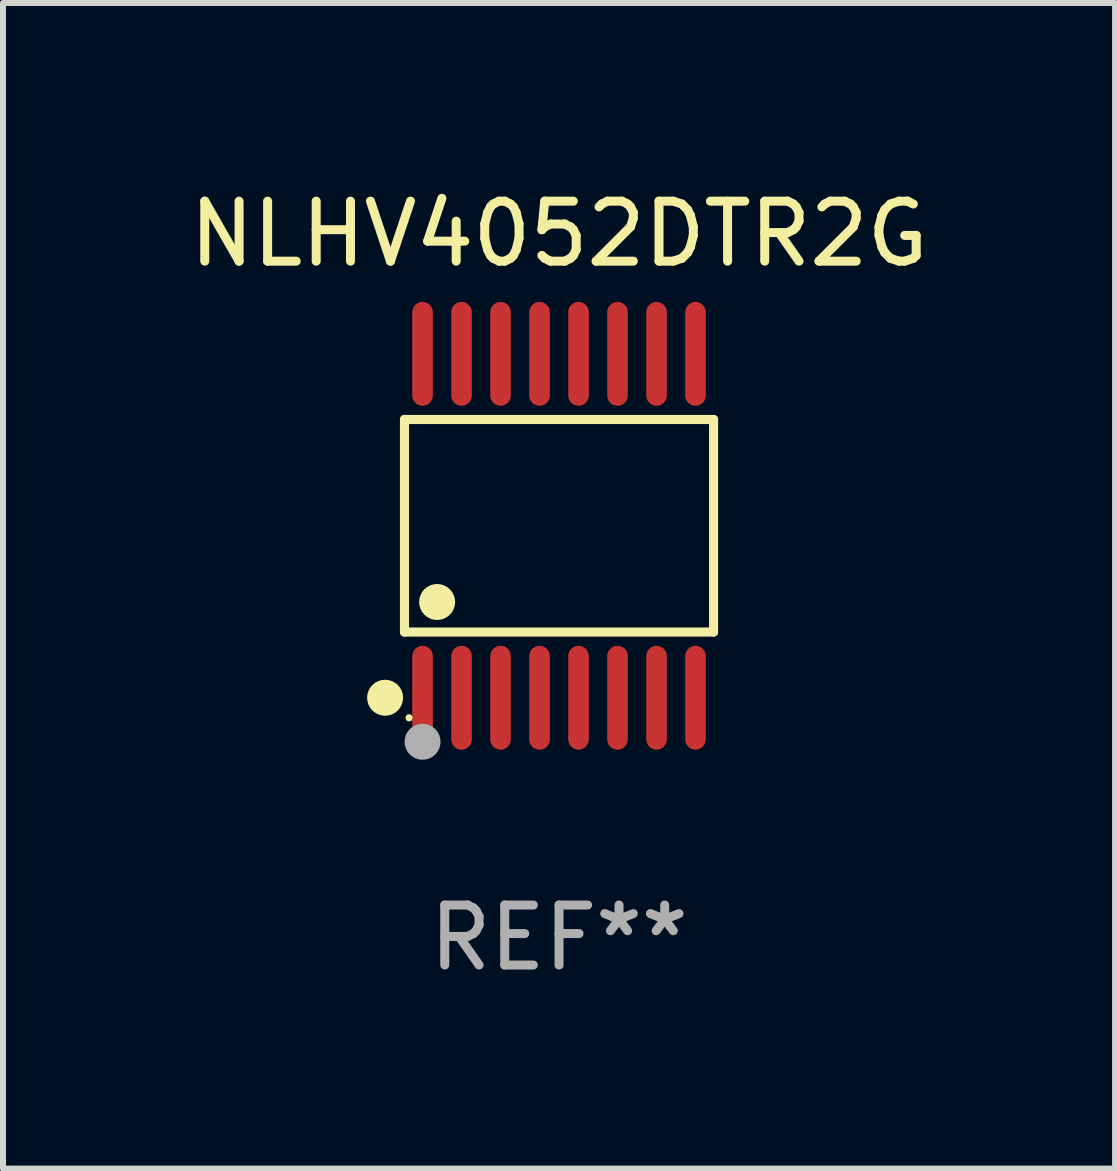
<source format=kicad_pcb>
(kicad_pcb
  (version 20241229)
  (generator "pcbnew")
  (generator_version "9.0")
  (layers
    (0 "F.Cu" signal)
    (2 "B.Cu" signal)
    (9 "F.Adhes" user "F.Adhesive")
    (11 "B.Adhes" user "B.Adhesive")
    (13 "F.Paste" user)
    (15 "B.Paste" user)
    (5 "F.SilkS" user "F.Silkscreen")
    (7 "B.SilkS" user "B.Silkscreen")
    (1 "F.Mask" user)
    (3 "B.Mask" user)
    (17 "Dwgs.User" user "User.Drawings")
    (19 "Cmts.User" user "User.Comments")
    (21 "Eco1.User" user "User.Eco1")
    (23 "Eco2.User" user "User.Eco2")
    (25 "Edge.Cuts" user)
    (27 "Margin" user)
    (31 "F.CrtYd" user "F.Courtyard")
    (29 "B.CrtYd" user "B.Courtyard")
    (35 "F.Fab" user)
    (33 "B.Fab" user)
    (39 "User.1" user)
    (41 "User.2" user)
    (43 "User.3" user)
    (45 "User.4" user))
  (footprint "NLHV4052DTR2G"
    (layer "F.Cu")
    (at 6.268 5.714)
    (property "Reference" "NLHV4052DTR2G" (at 0 -4.866 0) (layer "F.SilkS") (effects (font (size 1 1) (thickness 0.15))))
    (attr through_hole)
    (fp_line (start -2.576 -1.772) (end 2.576 -1.772) (stroke (width 0.152) (type solid)) (layer "F.SilkS"))
    (fp_line (start -2.576 1.771) (end -2.576 -1.772) (stroke (width 0.152) (type solid)) (layer "F.SilkS"))
    (fp_line (start 2.576 -1.772) (end 2.576 1.771) (stroke (width 0.152) (type solid)) (layer "F.SilkS"))
    (fp_line (start 2.576 1.771) (end -2.576 1.771) (stroke (width 0.152) (type solid)) (layer "F.SilkS"))
    (fp_circle (center -2.899 2.866) (end -2.749 2.866) (stroke (width 0.3) (type solid)) (fill no) (layer "F.SilkS"))
    (fp_circle (center -2.5 3.2) (end -2.47 3.2) (stroke (width 0.06) (type solid)) (fill no) (layer "F.SilkS"))
    (fp_circle (center -2.032 1.27) (end -1.882 1.27) (stroke (width 0.3) (type solid)) (fill no) (layer "F.SilkS"))
    (fp_circle (center -2.275 3.6) (end -2.125 3.6) (stroke (width 0.3) (type solid)) (fill no) (layer "F.Fab"))
    (fp_text user "REF**" (at 0 6.866 0) (layer "F.Fab") (effects (font (size 1 1) (thickness 0.15))))
    (pad "1" smd oval (at -2.275 2.866) (size 0.343 1.731) (layers "F.Cu" "F.Mask" "F.Paste"))
    (pad "2" smd oval (at -1.625 2.866) (size 0.343 1.731) (layers "F.Cu" "F.Mask" "F.Paste"))
    (pad "3" smd oval (at -0.975 2.866) (size 0.343 1.731) (layers "F.Cu" "F.Mask" "F.Paste"))
    (pad "4" smd oval (at -0.325 2.866) (size 0.343 1.731) (layers "F.Cu" "F.Mask" "F.Paste"))
    (pad "5" smd oval (at 0.325 2.866) (size 0.343 1.731) (layers "F.Cu" "F.Mask" "F.Paste"))
    (pad "6" smd oval (at 0.975 2.866) (size 0.343 1.731) (layers "F.Cu" "F.Mask" "F.Paste"))
    (pad "7" smd oval (at 1.625 2.866) (size 0.343 1.731) (layers "F.Cu" "F.Mask" "F.Paste"))
    (pad "8" smd oval (at 2.275 2.866) (size 0.343 1.731) (layers "F.Cu" "F.Mask" "F.Paste"))
    (pad "9" smd oval (at 2.275 -2.866) (size 0.343 1.731) (layers "F.Cu" "F.Mask" "F.Paste"))
    (pad "10" smd oval (at 1.625 -2.866) (size 0.343 1.731) (layers "F.Cu" "F.Mask" "F.Paste"))
    (pad "11" smd oval (at 0.975 -2.866) (size 0.343 1.731) (layers "F.Cu" "F.Mask" "F.Paste"))
    (pad "12" smd oval (at 0.325 -2.866) (size 0.343 1.731) (layers "F.Cu" "F.Mask" "F.Paste"))
    (pad "13" smd oval (at -0.325 -2.866) (size 0.343 1.731) (layers "F.Cu" "F.Mask" "F.Paste"))
    (pad "14" smd oval (at -0.975 -2.866) (size 0.343 1.731) (layers "F.Cu" "F.Mask" "F.Paste"))
    (pad "15" smd oval (at -1.625 -2.866) (size 0.343 1.731) (layers "F.Cu" "F.Mask" "F.Paste"))
    (pad "16" smd oval (at -2.275 -2.866) (size 0.343 1.731) (layers "F.Cu" "F.Mask" "F.Paste")))
  (gr_rect
    (start -3 -3)
    (end 15.536 16.428)
    (stroke (width 0.1) (type default))
    (fill no)
    (layer "Edge.Cuts")))
</source>
